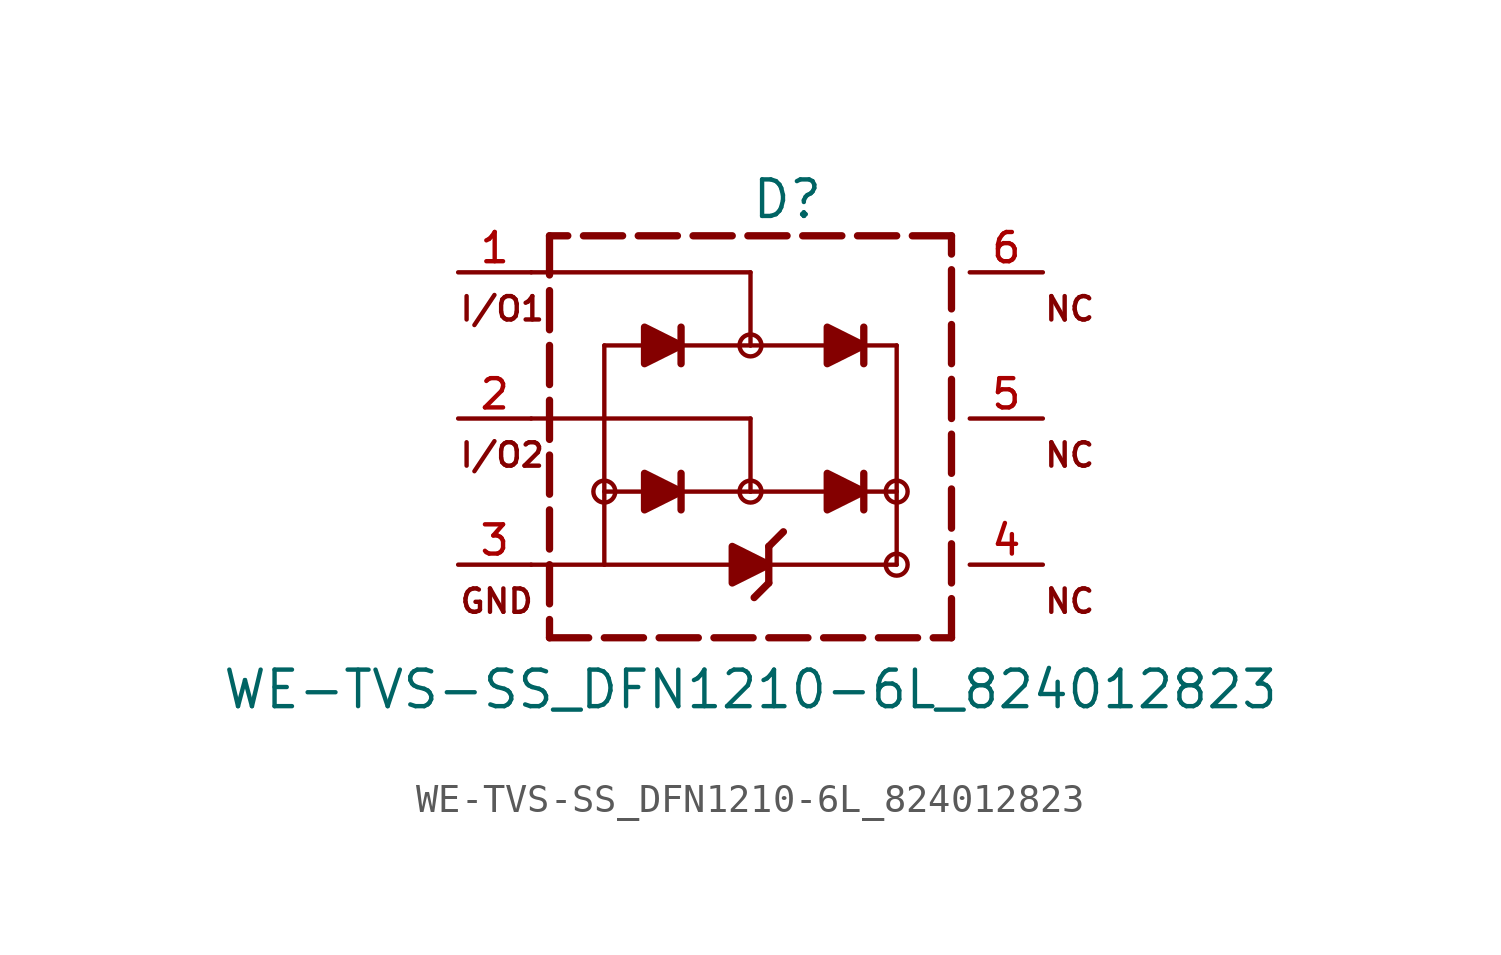
<source format=kicad_sym>
(kicad_symbol_lib
  (version 20211014)
  (generator kicad_symbol_editor)
  (symbol "WE-TVS-SS_DFN1210-6L_824012823"
    (pin_names
      (offset 1.016))
    (property "Reference" "D"
      (at 0.0 7.62 0.0)
      (effects (font (size 1.27 1.27)) (justify left)))
    (property "Value" "WE-TVS-SS_DFN1210-6L_824012823"
      (at 0.0 -10.16 0)
      (effects (font (size 1.27 1.27)) (justify bottom)))
    (symbol "WE-TVS-SS_DFN1210-6L_824012823_0_0"
      (polyline (pts (xy 3.81 -2.54) (xy 5.08 -2.54)) (stroke (width 0.152)))
      (polyline (pts (xy 2.54 -2.54) (xy 0.0 -2.54)) (stroke (width 0.152)))
      (polyline (pts (xy 0.0 -2.54) (xy -2.54 -2.54)) (stroke (width 0.152)))
      (polyline (pts (xy -3.81 -2.54) (xy -5.08 -2.54)) (stroke (width 0.152)))
      (polyline (pts (xy 3.937 -3.175) (xy 3.937 -1.905)) (stroke (width 0.254)))
      (polyline (pts (xy -2.413 -3.175) (xy -2.413 -1.905)) (stroke (width 0.254)))
      (polyline (pts (xy 3.937 2.54) (xy 5.08 2.54)) (stroke (width 0.152)))
      (polyline (pts (xy 2.54 2.54) (xy 0.0 2.54)) (stroke (width 0.152)))
      (polyline (pts (xy 0.0 2.54) (xy -2.413 2.54)) (stroke (width 0.152)))
      (polyline (pts (xy -3.81 2.54) (xy -5.08 2.54)) (stroke (width 0.152)))
      (polyline (pts (xy 3.937 1.905) (xy 3.937 2.54)) (stroke (width 0.254)))
      (polyline (pts (xy 3.937 2.54) (xy 3.937 3.175)) (stroke (width 0.254)))
      (polyline (pts (xy -2.413 1.905) (xy -2.413 2.54)) (stroke (width 0.254)))
      (polyline (pts (xy -2.413 2.54) (xy -2.413 3.175)) (stroke (width 0.254)))
      (polyline (pts (xy 5.08 -5.08) (xy 5.08 2.54)) (stroke (width 0.152)))
      (polyline (pts (xy -5.08 -5.08) (xy -5.08 2.54)) (stroke (width 0.152)))
      (polyline (pts (xy -5.08 -5.08) (xy 5.08 -5.08)) (stroke (width 0.152)))
      (polyline (pts (xy 0.0 2.54) (xy 0.0 5.08)) (stroke (width 0.152)))
      (polyline (pts (xy 0.0 5.08) (xy -7.62 5.08)) (stroke (width 0.152)))
      (polyline (pts (xy 0.0 -2.54) (xy 0.0 0.0)) (stroke (width 0.152)))
      (polyline (pts (xy 0.0 0.0) (xy -7.62 0.0)) (stroke (width 0.152)))
      (polyline (pts (xy -5.08 -5.08) (xy -7.62 -5.08)) (stroke (width 0.152)))
      (polyline (pts (xy 0.635 -5.715) (xy 0.635 -4.445)) (stroke (width 0.254)))
      (polyline (pts (xy 0.635 -4.445) (xy 1.143 -3.937)) (stroke (width 0.254)))
      (polyline (pts (xy 0.635 -5.715) (xy 0.127 -6.223)) (stroke (width 0.254)))
      (text "I/O1" (at -10.16 3.81 0) (effects (font (size 0.813 0.813)) (justify left)))
      (text "I/O2" (at -10.16 -1.27 0) (effects (font (size 0.813 0.813)) (justify left)))
      (text "GND" (at -10.16 -6.35 0) (effects (font (size 0.813 0.813)) (justify left)))
      (text "NC" (at 10.16 3.81 0) (effects (font (size 0.813 0.813)) (justify left)))
      (text "NC" (at 10.16 -1.27 0) (effects (font (size 0.813 0.813)) (justify left)))
      (text "NC" (at 10.16 -6.35 0) (effects (font (size 0.813 0.813)) (justify left)))
      (polyline (pts (xy 2.667 -3.175) (xy 3.937 -2.54) (xy 2.667 -1.905) (xy 2.667 -3.175)) (stroke (width 0.254)) (fill (type outline)))
      (polyline (pts (xy 2.667 1.905) (xy 3.937 2.54) (xy 2.667 3.175) (xy 2.667 1.905)) (stroke (width 0.254)) (fill (type outline)))
      (polyline (pts (xy -3.683 -3.175) (xy -2.413 -2.54) (xy -3.683 -1.905) (xy -3.683 -3.175)) (stroke (width 0.254)) (fill (type outline)))
      (polyline (pts (xy -3.683 1.905) (xy -2.413 2.54) (xy -3.683 3.175) (xy -3.683 1.905)) (stroke (width 0.254)) (fill (type outline)))
      (polyline (pts (xy -0.635 -5.715) (xy 0.635 -5.08) (xy -0.635 -4.445) (xy -0.635 -5.715)) (stroke (width 0.254)) (fill (type outline)))
      (circle (center -5.08 -2.54) (radius 0.381) (stroke (width 0.0)) (fill (type none)))
      (circle (center 5.08 -5.08) (radius 0.381) (stroke (width 0.0)) (fill (type none)))
      (circle (center 0.0 2.54) (radius 0.381) (stroke (width 0.0)) (fill (type none)))
      (circle (center 0.0 -2.54) (radius 0.381) (stroke (width 0.0)) (fill (type none)))
      (circle (center 5.08 -2.54) (radius 0.381) (stroke (width 0.0)) (fill (type none)))
      (polyline (pts (xy 6.985 -7.62) (xy 6.985 -6.259)) (stroke (width 0.254)))
      (polyline (pts (xy 6.985 -5.715) (xy 6.985 -4.354)) (stroke (width 0.254)))
      (polyline (pts (xy 6.985 -3.81) (xy 6.985 -2.449)) (stroke (width 0.254)))
      (polyline (pts (xy 6.985 -1.905) (xy 6.985 -0.544)) (stroke (width 0.254)))
      (polyline (pts (xy 6.985 0.0) (xy 6.985 1.361)) (stroke (width 0.254)))
      (polyline (pts (xy 6.985 1.905) (xy 6.985 3.266)) (stroke (width 0.254)))
      (polyline (pts (xy 6.985 3.81) (xy 6.985 5.171)) (stroke (width 0.254)))
      (polyline (pts (xy 6.985 5.715) (xy 6.985 6.35)) (stroke (width 0.254)))
      (polyline (pts (xy 6.985 6.35) (xy 5.624 6.35)) (stroke (width 0.254)))
      (polyline (pts (xy 5.08 6.35) (xy 3.719 6.35)) (stroke (width 0.254)))
      (polyline (pts (xy 3.175 6.35) (xy 1.814 6.35)) (stroke (width 0.254)))
      (polyline (pts (xy 1.27 6.35) (xy -0.091 6.35)) (stroke (width 0.254)))
      (polyline (pts (xy -0.635 6.35) (xy -1.996 6.35)) (stroke (width 0.254)))
      (polyline (pts (xy -2.54 6.35) (xy -3.901 6.35)) (stroke (width 0.254)))
      (polyline (pts (xy -4.445 6.35) (xy -5.806 6.35)) (stroke (width 0.254)))
      (polyline (pts (xy -6.35 6.35) (xy -6.985 6.35)) (stroke (width 0.254)))
      (polyline (pts (xy -6.985 6.35) (xy -6.985 4.989)) (stroke (width 0.254)))
      (polyline (pts (xy -6.985 4.445) (xy -6.985 3.084)) (stroke (width 0.254)))
      (polyline (pts (xy -6.985 2.54) (xy -6.985 1.179)) (stroke (width 0.254)))
      (polyline (pts (xy -6.985 0.635) (xy -6.985 -0.726)) (stroke (width 0.254)))
      (polyline (pts (xy -6.985 -1.27) (xy -6.985 -2.631)) (stroke (width 0.254)))
      (polyline (pts (xy -6.985 -3.175) (xy -6.985 -4.536)) (stroke (width 0.254)))
      (polyline (pts (xy -6.985 -5.08) (xy -6.985 -6.441)) (stroke (width 0.254)))
      (polyline (pts (xy -6.985 -6.985) (xy -6.985 -7.62)) (stroke (width 0.254)))
      (polyline (pts (xy -6.985 -7.62) (xy -5.624 -7.62)) (stroke (width 0.254)))
      (polyline (pts (xy -5.08 -7.62) (xy -3.719 -7.62)) (stroke (width 0.254)))
      (polyline (pts (xy -3.175 -7.62) (xy -1.814 -7.62)) (stroke (width 0.254)))
      (polyline (pts (xy -1.27 -7.62) (xy 0.091 -7.62)) (stroke (width 0.254)))
      (polyline (pts (xy 0.635 -7.62) (xy 1.996 -7.62)) (stroke (width 0.254)))
      (polyline (pts (xy 2.54 -7.62) (xy 3.901 -7.62)) (stroke (width 0.254)))
      (polyline (pts (xy 4.445 -7.62) (xy 5.806 -7.62)) (stroke (width 0.254)))
      (polyline (pts (xy 6.35 -7.62) (xy 6.985 -7.62)) (stroke (width 0.254)))
      (pin passive line (at -10.16 5.08 0) (length 2.54) (name "~" (effects (font (size 1.016 1.016)))) (number "1" (effects (font (size 1.016 1.016)))))
      (pin passive line (at -10.16 0.0 0) (length 2.54) (name "~" (effects (font (size 1.016 1.016)))) (number "2" (effects (font (size 1.016 1.016)))))
      (pin passive line (at -10.16 -5.08 0) (length 2.54) (name "~" (effects (font (size 1.016 1.016)))) (number "3" (effects (font (size 1.016 1.016)))))
      (pin passive line (at 10.16 -5.08 180.0) (length 2.54) (name "~" (effects (font (size 1.016 1.016)))) (number "4" (effects (font (size 1.016 1.016)))))
      (pin passive line (at 10.16 0.0 180.0) (length 2.54) (name "~" (effects (font (size 1.016 1.016)))) (number "5" (effects (font (size 1.016 1.016)))))
      (pin passive line (at 10.16 5.08 180.0) (length 2.54) (name "~" (effects (font (size 1.016 1.016)))) (number "6" (effects (font (size 1.016 1.016))))))))
</source>
